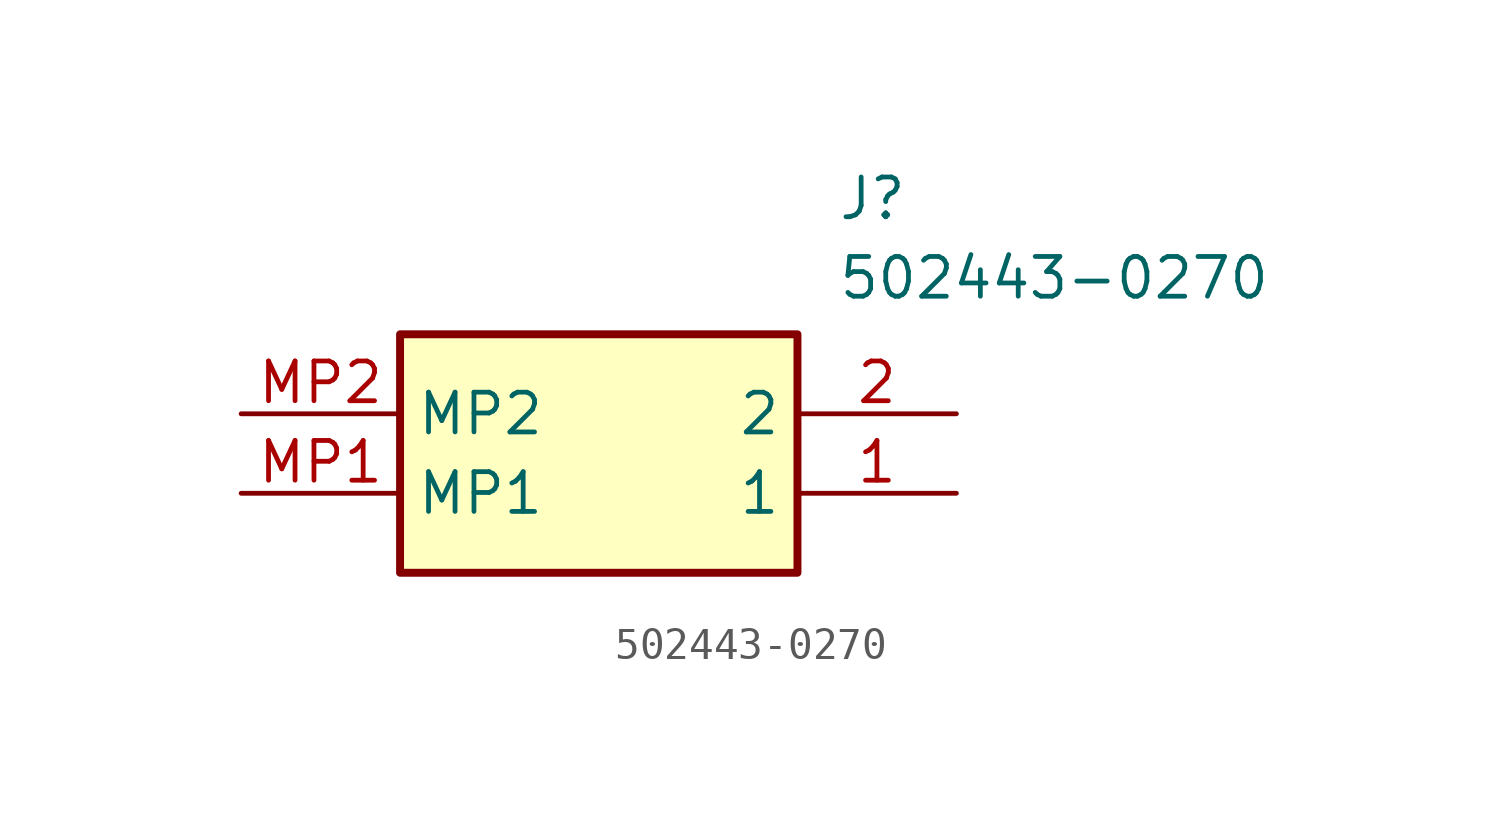
<source format=kicad_sym>
(kicad_symbol_lib
  (version 20211014)
  (generator SamacSys_ECAD_Model)
  (symbol "502443-0270"
    (property "Reference" "J"
      (at 19.05 7.62 0)
      (effects (font (size 1.27 1.27)) (justify left top)))
    (property "Value" "502443-0270"
      (at 19.05 5.08 0)
      (effects (font (size 1.27 1.27)) (justify left top)))
    (rectangle
      (start 5.08 2.54)
      (end 17.78 -5.08)
      (stroke (width 0.254) (type default))
      (fill (type background)))
    (pin passive line
      (at 22.86 -2.54 180)
      (length 5.08)
      (name "1" (effects (font (size 1.27 1.27))))
      (number "1" (effects (font (size 1.27 1.27)))))
    (pin passive line
      (at 22.86 0 180)
      (length 5.08)
      (name "2" (effects (font (size 1.27 1.27))))
      (number "2" (effects (font (size 1.27 1.27)))))
    (pin passive line
      (at 0 -2.54 0)
      (length 5.08)
      (name "MP1" (effects (font (size 1.27 1.27))))
      (number "MP1" (effects (font (size 1.27 1.27)))))
    (pin passive line
      (at 0 0 0)
      (length 5.08)
      (name "MP2" (effects (font (size 1.27 1.27))))
      (number "MP2" (effects (font (size 1.27 1.27)))))))
</source>
